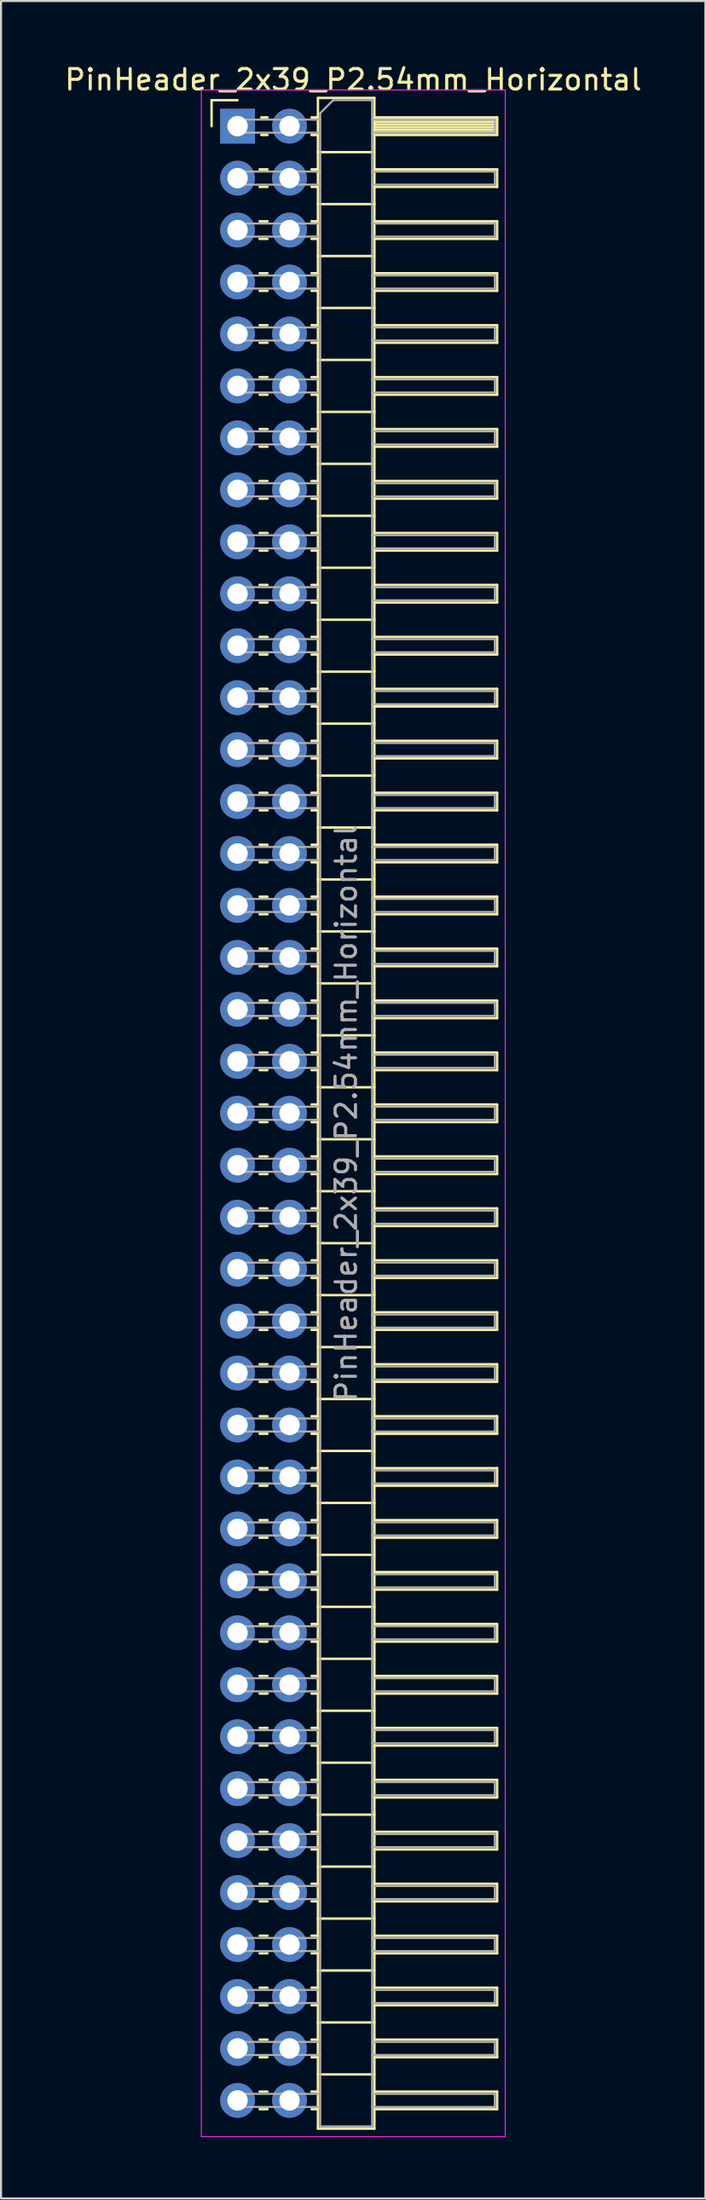
<source format=kicad_pcb>
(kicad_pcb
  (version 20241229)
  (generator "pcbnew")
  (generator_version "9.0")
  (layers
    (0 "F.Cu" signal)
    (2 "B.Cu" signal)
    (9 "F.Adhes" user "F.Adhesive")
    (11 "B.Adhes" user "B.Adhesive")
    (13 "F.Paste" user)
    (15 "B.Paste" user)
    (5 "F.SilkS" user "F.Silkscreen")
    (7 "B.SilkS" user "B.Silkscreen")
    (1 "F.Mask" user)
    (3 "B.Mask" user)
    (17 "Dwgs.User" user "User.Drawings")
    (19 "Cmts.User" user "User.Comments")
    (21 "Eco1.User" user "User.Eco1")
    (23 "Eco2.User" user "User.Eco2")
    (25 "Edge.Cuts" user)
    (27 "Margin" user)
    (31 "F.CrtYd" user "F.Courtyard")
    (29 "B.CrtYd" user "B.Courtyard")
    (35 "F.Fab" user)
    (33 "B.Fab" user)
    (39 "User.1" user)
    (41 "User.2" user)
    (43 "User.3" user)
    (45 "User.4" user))
  (footprint "PinHeader_2x39_P2.54mm_Horizontal"
    (layer "F.Cu")
    (at 8.565 3.118)
    (property "Reference" "PinHeader_2x39_P2.54mm_Horizontal" (at 5.655 -2.27 0) (layer "F.SilkS") (effects (font (size 1 1) (thickness 0.15))))
    (attr through_hole)
    (fp_line (start -1.27 -1.27) (end 0 -1.27) (stroke (width 0.12) (type solid)) (layer "F.SilkS"))
    (fp_line (start -1.27 0) (end -1.27 -1.27) (stroke (width 0.12) (type solid)) (layer "F.SilkS"))
    (fp_line (start 1.077 2.11) (end 1.463 2.11) (stroke (width 0.12) (type solid)) (layer "F.SilkS"))
    (fp_line (start 1.077 2.97) (end 1.463 2.97) (stroke (width 0.12) (type solid)) (layer "F.SilkS"))
    (fp_line (start 1.077 4.65) (end 1.463 4.65) (stroke (width 0.12) (type solid)) (layer "F.SilkS"))
    (fp_line (start 1.077 5.51) (end 1.463 5.51) (stroke (width 0.12) (type solid)) (layer "F.SilkS"))
    (fp_line (start 1.077 7.19) (end 1.463 7.19) (stroke (width 0.12) (type solid)) (layer "F.SilkS"))
    (fp_line (start 1.077 8.05) (end 1.463 8.05) (stroke (width 0.12) (type solid)) (layer "F.SilkS"))
    (fp_line (start 1.077 9.73) (end 1.463 9.73) (stroke (width 0.12) (type solid)) (layer "F.SilkS"))
    (fp_line (start 1.077 10.59) (end 1.463 10.59) (stroke (width 0.12) (type solid)) (layer "F.SilkS"))
    (fp_line (start 1.077 12.27) (end 1.463 12.27) (stroke (width 0.12) (type solid)) (layer "F.SilkS"))
    (fp_line (start 1.077 13.13) (end 1.463 13.13) (stroke (width 0.12) (type solid)) (layer "F.SilkS"))
    (fp_line (start 1.077 14.81) (end 1.463 14.81) (stroke (width 0.12) (type solid)) (layer "F.SilkS"))
    (fp_line (start 1.077 15.67) (end 1.463 15.67) (stroke (width 0.12) (type solid)) (layer "F.SilkS"))
    (fp_line (start 1.077 17.35) (end 1.463 17.35) (stroke (width 0.12) (type solid)) (layer "F.SilkS"))
    (fp_line (start 1.077 18.21) (end 1.463 18.21) (stroke (width 0.12) (type solid)) (layer "F.SilkS"))
    (fp_line (start 1.077 19.89) (end 1.463 19.89) (stroke (width 0.12) (type solid)) (layer "F.SilkS"))
    (fp_line (start 1.077 20.75) (end 1.463 20.75) (stroke (width 0.12) (type solid)) (layer "F.SilkS"))
    (fp_line (start 1.077 22.43) (end 1.463 22.43) (stroke (width 0.12) (type solid)) (layer "F.SilkS"))
    (fp_line (start 1.077 23.29) (end 1.463 23.29) (stroke (width 0.12) (type solid)) (layer "F.SilkS"))
    (fp_line (start 1.077 24.97) (end 1.463 24.97) (stroke (width 0.12) (type solid)) (layer "F.SilkS"))
    (fp_line (start 1.077 25.83) (end 1.463 25.83) (stroke (width 0.12) (type solid)) (layer "F.SilkS"))
    (fp_line (start 1.077 27.51) (end 1.463 27.51) (stroke (width 0.12) (type solid)) (layer "F.SilkS"))
    (fp_line (start 1.077 28.37) (end 1.463 28.37) (stroke (width 0.12) (type solid)) (layer "F.SilkS"))
    (fp_line (start 1.077 30.05) (end 1.463 30.05) (stroke (width 0.12) (type solid)) (layer "F.SilkS"))
    (fp_line (start 1.077 30.91) (end 1.463 30.91) (stroke (width 0.12) (type solid)) (layer "F.SilkS"))
    (fp_line (start 1.077 32.59) (end 1.463 32.59) (stroke (width 0.12) (type solid)) (layer "F.SilkS"))
    (fp_line (start 1.077 33.45) (end 1.463 33.45) (stroke (width 0.12) (type solid)) (layer "F.SilkS"))
    (fp_line (start 1.077 35.13) (end 1.463 35.13) (stroke (width 0.12) (type solid)) (layer "F.SilkS"))
    (fp_line (start 1.077 35.99) (end 1.463 35.99) (stroke (width 0.12) (type solid)) (layer "F.SilkS"))
    (fp_line (start 1.077 37.67) (end 1.463 37.67) (stroke (width 0.12) (type solid)) (layer "F.SilkS"))
    (fp_line (start 1.077 38.53) (end 1.463 38.53) (stroke (width 0.12) (type solid)) (layer "F.SilkS"))
    (fp_line (start 1.077 40.21) (end 1.463 40.21) (stroke (width 0.12) (type solid)) (layer "F.SilkS"))
    (fp_line (start 1.077 41.07) (end 1.463 41.07) (stroke (width 0.12) (type solid)) (layer "F.SilkS"))
    (fp_line (start 1.077 42.75) (end 1.463 42.75) (stroke (width 0.12) (type solid)) (layer "F.SilkS"))
    (fp_line (start 1.077 43.61) (end 1.463 43.61) (stroke (width 0.12) (type solid)) (layer "F.SilkS"))
    (fp_line (start 1.077 45.29) (end 1.463 45.29) (stroke (width 0.12) (type solid)) (layer "F.SilkS"))
    (fp_line (start 1.077 46.15) (end 1.463 46.15) (stroke (width 0.12) (type solid)) (layer "F.SilkS"))
    (fp_line (start 1.077 47.83) (end 1.463 47.83) (stroke (width 0.12) (type solid)) (layer "F.SilkS"))
    (fp_line (start 1.077 48.69) (end 1.463 48.69) (stroke (width 0.12) (type solid)) (layer "F.SilkS"))
    (fp_line (start 1.077 50.37) (end 1.463 50.37) (stroke (width 0.12) (type solid)) (layer "F.SilkS"))
    (fp_line (start 1.077 51.23) (end 1.463 51.23) (stroke (width 0.12) (type solid)) (layer "F.SilkS"))
    (fp_line (start 1.077 52.91) (end 1.463 52.91) (stroke (width 0.12) (type solid)) (layer "F.SilkS"))
    (fp_line (start 1.077 53.77) (end 1.463 53.77) (stroke (width 0.12) (type solid)) (layer "F.SilkS"))
    (fp_line (start 1.077 55.45) (end 1.463 55.45) (stroke (width 0.12) (type solid)) (layer "F.SilkS"))
    (fp_line (start 1.077 56.31) (end 1.463 56.31) (stroke (width 0.12) (type solid)) (layer "F.SilkS"))
    (fp_line (start 1.077 57.99) (end 1.463 57.99) (stroke (width 0.12) (type solid)) (layer "F.SilkS"))
    (fp_line (start 1.077 58.85) (end 1.463 58.85) (stroke (width 0.12) (type solid)) (layer "F.SilkS"))
    (fp_line (start 1.077 60.53) (end 1.463 60.53) (stroke (width 0.12) (type solid)) (layer "F.SilkS"))
    (fp_line (start 1.077 61.39) (end 1.463 61.39) (stroke (width 0.12) (type solid)) (layer "F.SilkS"))
    (fp_line (start 1.077 63.07) (end 1.463 63.07) (stroke (width 0.12) (type solid)) (layer "F.SilkS"))
    (fp_line (start 1.077 63.93) (end 1.463 63.93) (stroke (width 0.12) (type solid)) (layer "F.SilkS"))
    (fp_line (start 1.077 65.61) (end 1.463 65.61) (stroke (width 0.12) (type solid)) (layer "F.SilkS"))
    (fp_line (start 1.077 66.47) (end 1.463 66.47) (stroke (width 0.12) (type solid)) (layer "F.SilkS"))
    (fp_line (start 1.077 68.15) (end 1.463 68.15) (stroke (width 0.12) (type solid)) (layer "F.SilkS"))
    (fp_line (start 1.077 69.01) (end 1.463 69.01) (stroke (width 0.12) (type solid)) (layer "F.SilkS"))
    (fp_line (start 1.077 70.69) (end 1.463 70.69) (stroke (width 0.12) (type solid)) (layer "F.SilkS"))
    (fp_line (start 1.077 71.55) (end 1.463 71.55) (stroke (width 0.12) (type solid)) (layer "F.SilkS"))
    (fp_line (start 1.077 73.23) (end 1.463 73.23) (stroke (width 0.12) (type solid)) (layer "F.SilkS"))
    (fp_line (start 1.077 74.09) (end 1.463 74.09) (stroke (width 0.12) (type solid)) (layer "F.SilkS"))
    (fp_line (start 1.077 75.77) (end 1.463 75.77) (stroke (width 0.12) (type solid)) (layer "F.SilkS"))
    (fp_line (start 1.077 76.63) (end 1.463 76.63) (stroke (width 0.12) (type solid)) (layer "F.SilkS"))
    (fp_line (start 1.077 78.31) (end 1.463 78.31) (stroke (width 0.12) (type solid)) (layer "F.SilkS"))
    (fp_line (start 1.077 79.17) (end 1.463 79.17) (stroke (width 0.12) (type solid)) (layer "F.SilkS"))
    (fp_line (start 1.077 80.85) (end 1.463 80.85) (stroke (width 0.12) (type solid)) (layer "F.SilkS"))
    (fp_line (start 1.077 81.71) (end 1.463 81.71) (stroke (width 0.12) (type solid)) (layer "F.SilkS"))
    (fp_line (start 1.077 83.39) (end 1.463 83.39) (stroke (width 0.12) (type solid)) (layer "F.SilkS"))
    (fp_line (start 1.077 84.25) (end 1.463 84.25) (stroke (width 0.12) (type solid)) (layer "F.SilkS"))
    (fp_line (start 1.077 85.93) (end 1.463 85.93) (stroke (width 0.12) (type solid)) (layer "F.SilkS"))
    (fp_line (start 1.077 86.79) (end 1.463 86.79) (stroke (width 0.12) (type solid)) (layer "F.SilkS"))
    (fp_line (start 1.077 88.47) (end 1.463 88.47) (stroke (width 0.12) (type solid)) (layer "F.SilkS"))
    (fp_line (start 1.077 89.33) (end 1.463 89.33) (stroke (width 0.12) (type solid)) (layer "F.SilkS"))
    (fp_line (start 1.077 91.01) (end 1.463 91.01) (stroke (width 0.12) (type solid)) (layer "F.SilkS"))
    (fp_line (start 1.077 91.87) (end 1.463 91.87) (stroke (width 0.12) (type solid)) (layer "F.SilkS"))
    (fp_line (start 1.077 93.55) (end 1.463 93.55) (stroke (width 0.12) (type solid)) (layer "F.SilkS"))
    (fp_line (start 1.077 94.41) (end 1.463 94.41) (stroke (width 0.12) (type solid)) (layer "F.SilkS"))
    (fp_line (start 1.077 96.09) (end 1.463 96.09) (stroke (width 0.12) (type solid)) (layer "F.SilkS"))
    (fp_line (start 1.077 96.95) (end 1.463 96.95) (stroke (width 0.12) (type solid)) (layer "F.SilkS"))
    (fp_line (start 1.16 -0.43) (end 1.463 -0.43) (stroke (width 0.12) (type solid)) (layer "F.SilkS"))
    (fp_line (start 1.16 0.43) (end 1.463 0.43) (stroke (width 0.12) (type solid)) (layer "F.SilkS"))
    (fp_line (start 3.617 -0.43) (end 3.93 -0.43) (stroke (width 0.12) (type solid)) (layer "F.SilkS"))
    (fp_line (start 3.617 0.43) (end 3.93 0.43) (stroke (width 0.12) (type solid)) (layer "F.SilkS"))
    (fp_line (start 3.617 2.11) (end 3.93 2.11) (stroke (width 0.12) (type solid)) (layer "F.SilkS"))
    (fp_line (start 3.617 2.97) (end 3.93 2.97) (stroke (width 0.12) (type solid)) (layer "F.SilkS"))
    (fp_line (start 3.617 4.65) (end 3.93 4.65) (stroke (width 0.12) (type solid)) (layer "F.SilkS"))
    (fp_line (start 3.617 5.51) (end 3.93 5.51) (stroke (width 0.12) (type solid)) (layer "F.SilkS"))
    (fp_line (start 3.617 7.19) (end 3.93 7.19) (stroke (width 0.12) (type solid)) (layer "F.SilkS"))
    (fp_line (start 3.617 8.05) (end 3.93 8.05) (stroke (width 0.12) (type solid)) (layer "F.SilkS"))
    (fp_line (start 3.617 9.73) (end 3.93 9.73) (stroke (width 0.12) (type solid)) (layer "F.SilkS"))
    (fp_line (start 3.617 10.59) (end 3.93 10.59) (stroke (width 0.12) (type solid)) (layer "F.SilkS"))
    (fp_line (start 3.617 12.27) (end 3.93 12.27) (stroke (width 0.12) (type solid)) (layer "F.SilkS"))
    (fp_line (start 3.617 13.13) (end 3.93 13.13) (stroke (width 0.12) (type solid)) (layer "F.SilkS"))
    (fp_line (start 3.617 14.81) (end 3.93 14.81) (stroke (width 0.12) (type solid)) (layer "F.SilkS"))
    (fp_line (start 3.617 15.67) (end 3.93 15.67) (stroke (width 0.12) (type solid)) (layer "F.SilkS"))
    (fp_line (start 3.617 17.35) (end 3.93 17.35) (stroke (width 0.12) (type solid)) (layer "F.SilkS"))
    (fp_line (start 3.617 18.21) (end 3.93 18.21) (stroke (width 0.12) (type solid)) (layer "F.SilkS"))
    (fp_line (start 3.617 19.89) (end 3.93 19.89) (stroke (width 0.12) (type solid)) (layer "F.SilkS"))
    (fp_line (start 3.617 20.75) (end 3.93 20.75) (stroke (width 0.12) (type solid)) (layer "F.SilkS"))
    (fp_line (start 3.617 22.43) (end 3.93 22.43) (stroke (width 0.12) (type solid)) (layer "F.SilkS"))
    (fp_line (start 3.617 23.29) (end 3.93 23.29) (stroke (width 0.12) (type solid)) (layer "F.SilkS"))
    (fp_line (start 3.617 24.97) (end 3.93 24.97) (stroke (width 0.12) (type solid)) (layer "F.SilkS"))
    (fp_line (start 3.617 25.83) (end 3.93 25.83) (stroke (width 0.12) (type solid)) (layer "F.SilkS"))
    (fp_line (start 3.617 27.51) (end 3.93 27.51) (stroke (width 0.12) (type solid)) (layer "F.SilkS"))
    (fp_line (start 3.617 28.37) (end 3.93 28.37) (stroke (width 0.12) (type solid)) (layer "F.SilkS"))
    (fp_line (start 3.617 30.05) (end 3.93 30.05) (stroke (width 0.12) (type solid)) (layer "F.SilkS"))
    (fp_line (start 3.617 30.91) (end 3.93 30.91) (stroke (width 0.12) (type solid)) (layer "F.SilkS"))
    (fp_line (start 3.617 32.59) (end 3.93 32.59) (stroke (width 0.12) (type solid)) (layer "F.SilkS"))
    (fp_line (start 3.617 33.45) (end 3.93 33.45) (stroke (width 0.12) (type solid)) (layer "F.SilkS"))
    (fp_line (start 3.617 35.13) (end 3.93 35.13) (stroke (width 0.12) (type solid)) (layer "F.SilkS"))
    (fp_line (start 3.617 35.99) (end 3.93 35.99) (stroke (width 0.12) (type solid)) (layer "F.SilkS"))
    (fp_line (start 3.617 37.67) (end 3.93 37.67) (stroke (width 0.12) (type solid)) (layer "F.SilkS"))
    (fp_line (start 3.617 38.53) (end 3.93 38.53) (stroke (width 0.12) (type solid)) (layer "F.SilkS"))
    (fp_line (start 3.617 40.21) (end 3.93 40.21) (stroke (width 0.12) (type solid)) (layer "F.SilkS"))
    (fp_line (start 3.617 41.07) (end 3.93 41.07) (stroke (width 0.12) (type solid)) (layer "F.SilkS"))
    (fp_line (start 3.617 42.75) (end 3.93 42.75) (stroke (width 0.12) (type solid)) (layer "F.SilkS"))
    (fp_line (start 3.617 43.61) (end 3.93 43.61) (stroke (width 0.12) (type solid)) (layer "F.SilkS"))
    (fp_line (start 3.617 45.29) (end 3.93 45.29) (stroke (width 0.12) (type solid)) (layer "F.SilkS"))
    (fp_line (start 3.617 46.15) (end 3.93 46.15) (stroke (width 0.12) (type solid)) (layer "F.SilkS"))
    (fp_line (start 3.617 47.83) (end 3.93 47.83) (stroke (width 0.12) (type solid)) (layer "F.SilkS"))
    (fp_line (start 3.617 48.69) (end 3.93 48.69) (stroke (width 0.12) (type solid)) (layer "F.SilkS"))
    (fp_line (start 3.617 50.37) (end 3.93 50.37) (stroke (width 0.12) (type solid)) (layer "F.SilkS"))
    (fp_line (start 3.617 51.23) (end 3.93 51.23) (stroke (width 0.12) (type solid)) (layer "F.SilkS"))
    (fp_line (start 3.617 52.91) (end 3.93 52.91) (stroke (width 0.12) (type solid)) (layer "F.SilkS"))
    (fp_line (start 3.617 53.77) (end 3.93 53.77) (stroke (width 0.12) (type solid)) (layer "F.SilkS"))
    (fp_line (start 3.617 55.45) (end 3.93 55.45) (stroke (width 0.12) (type solid)) (layer "F.SilkS"))
    (fp_line (start 3.617 56.31) (end 3.93 56.31) (stroke (width 0.12) (type solid)) (layer "F.SilkS"))
    (fp_line (start 3.617 57.99) (end 3.93 57.99) (stroke (width 0.12) (type solid)) (layer "F.SilkS"))
    (fp_line (start 3.617 58.85) (end 3.93 58.85) (stroke (width 0.12) (type solid)) (layer "F.SilkS"))
    (fp_line (start 3.617 60.53) (end 3.93 60.53) (stroke (width 0.12) (type solid)) (layer "F.SilkS"))
    (fp_line (start 3.617 61.39) (end 3.93 61.39) (stroke (width 0.12) (type solid)) (layer "F.SilkS"))
    (fp_line (start 3.617 63.07) (end 3.93 63.07) (stroke (width 0.12) (type solid)) (layer "F.SilkS"))
    (fp_line (start 3.617 63.93) (end 3.93 63.93) (stroke (width 0.12) (type solid)) (layer "F.SilkS"))
    (fp_line (start 3.617 65.61) (end 3.93 65.61) (stroke (width 0.12) (type solid)) (layer "F.SilkS"))
    (fp_line (start 3.617 66.47) (end 3.93 66.47) (stroke (width 0.12) (type solid)) (layer "F.SilkS"))
    (fp_line (start 3.617 68.15) (end 3.93 68.15) (stroke (width 0.12) (type solid)) (layer "F.SilkS"))
    (fp_line (start 3.617 69.01) (end 3.93 69.01) (stroke (width 0.12) (type solid)) (layer "F.SilkS"))
    (fp_line (start 3.617 70.69) (end 3.93 70.69) (stroke (width 0.12) (type solid)) (layer "F.SilkS"))
    (fp_line (start 3.617 71.55) (end 3.93 71.55) (stroke (width 0.12) (type solid)) (layer "F.SilkS"))
    (fp_line (start 3.617 73.23) (end 3.93 73.23) (stroke (width 0.12) (type solid)) (layer "F.SilkS"))
    (fp_line (start 3.617 74.09) (end 3.93 74.09) (stroke (width 0.12) (type solid)) (layer "F.SilkS"))
    (fp_line (start 3.617 75.77) (end 3.93 75.77) (stroke (width 0.12) (type solid)) (layer "F.SilkS"))
    (fp_line (start 3.617 76.63) (end 3.93 76.63) (stroke (width 0.12) (type solid)) (layer "F.SilkS"))
    (fp_line (start 3.617 78.31) (end 3.93 78.31) (stroke (width 0.12) (type solid)) (layer "F.SilkS"))
    (fp_line (start 3.617 79.17) (end 3.93 79.17) (stroke (width 0.12) (type solid)) (layer "F.SilkS"))
    (fp_line (start 3.617 80.85) (end 3.93 80.85) (stroke (width 0.12) (type solid)) (layer "F.SilkS"))
    (fp_line (start 3.617 81.71) (end 3.93 81.71) (stroke (width 0.12) (type solid)) (layer "F.SilkS"))
    (fp_line (start 3.617 83.39) (end 3.93 83.39) (stroke (width 0.12) (type solid)) (layer "F.SilkS"))
    (fp_line (start 3.617 84.25) (end 3.93 84.25) (stroke (width 0.12) (type solid)) (layer "F.SilkS"))
    (fp_line (start 3.617 85.93) (end 3.93 85.93) (stroke (width 0.12) (type solid)) (layer "F.SilkS"))
    (fp_line (start 3.617 86.79) (end 3.93 86.79) (stroke (width 0.12) (type solid)) (layer "F.SilkS"))
    (fp_line (start 3.617 88.47) (end 3.93 88.47) (stroke (width 0.12) (type solid)) (layer "F.SilkS"))
    (fp_line (start 3.617 89.33) (end 3.93 89.33) (stroke (width 0.12) (type solid)) (layer "F.SilkS"))
    (fp_line (start 3.617 91.01) (end 3.93 91.01) (stroke (width 0.12) (type solid)) (layer "F.SilkS"))
    (fp_line (start 3.617 91.87) (end 3.93 91.87) (stroke (width 0.12) (type solid)) (layer "F.SilkS"))
    (fp_line (start 3.617 93.55) (end 3.93 93.55) (stroke (width 0.12) (type solid)) (layer "F.SilkS"))
    (fp_line (start 3.617 94.41) (end 3.93 94.41) (stroke (width 0.12) (type solid)) (layer "F.SilkS"))
    (fp_line (start 3.617 96.09) (end 3.93 96.09) (stroke (width 0.12) (type solid)) (layer "F.SilkS"))
    (fp_line (start 3.617 96.95) (end 3.93 96.95) (stroke (width 0.12) (type solid)) (layer "F.SilkS"))
    (fp_line (start 3.93 -1.38) (end 3.93 97.9) (stroke (width 0.12) (type solid)) (layer "F.SilkS"))
    (fp_line (start 3.93 1.27) (end 6.69 1.27) (stroke (width 0.12) (type solid)) (layer "F.SilkS"))
    (fp_line (start 3.93 3.81) (end 6.69 3.81) (stroke (width 0.12) (type solid)) (layer "F.SilkS"))
    (fp_line (start 3.93 6.35) (end 6.69 6.35) (stroke (width 0.12) (type solid)) (layer "F.SilkS"))
    (fp_line (start 3.93 8.89) (end 6.69 8.89) (stroke (width 0.12) (type solid)) (layer "F.SilkS"))
    (fp_line (start 3.93 11.43) (end 6.69 11.43) (stroke (width 0.12) (type solid)) (layer "F.SilkS"))
    (fp_line (start 3.93 13.97) (end 6.69 13.97) (stroke (width 0.12) (type solid)) (layer "F.SilkS"))
    (fp_line (start 3.93 16.51) (end 6.69 16.51) (stroke (width 0.12) (type solid)) (layer "F.SilkS"))
    (fp_line (start 3.93 19.05) (end 6.69 19.05) (stroke (width 0.12) (type solid)) (layer "F.SilkS"))
    (fp_line (start 3.93 21.59) (end 6.69 21.59) (stroke (width 0.12) (type solid)) (layer "F.SilkS"))
    (fp_line (start 3.93 24.13) (end 6.69 24.13) (stroke (width 0.12) (type solid)) (layer "F.SilkS"))
    (fp_line (start 3.93 26.67) (end 6.69 26.67) (stroke (width 0.12) (type solid)) (layer "F.SilkS"))
    (fp_line (start 3.93 29.21) (end 6.69 29.21) (stroke (width 0.12) (type solid)) (layer "F.SilkS"))
    (fp_line (start 3.93 31.75) (end 6.69 31.75) (stroke (width 0.12) (type solid)) (layer "F.SilkS"))
    (fp_line (start 3.93 34.29) (end 6.69 34.29) (stroke (width 0.12) (type solid)) (layer "F.SilkS"))
    (fp_line (start 3.93 36.83) (end 6.69 36.83) (stroke (width 0.12) (type solid)) (layer "F.SilkS"))
    (fp_line (start 3.93 39.37) (end 6.69 39.37) (stroke (width 0.12) (type solid)) (layer "F.SilkS"))
    (fp_line (start 3.93 41.91) (end 6.69 41.91) (stroke (width 0.12) (type solid)) (layer "F.SilkS"))
    (fp_line (start 3.93 44.45) (end 6.69 44.45) (stroke (width 0.12) (type solid)) (layer "F.SilkS"))
    (fp_line (start 3.93 46.99) (end 6.69 46.99) (stroke (width 0.12) (type solid)) (layer "F.SilkS"))
    (fp_line (start 3.93 49.53) (end 6.69 49.53) (stroke (width 0.12) (type solid)) (layer "F.SilkS"))
    (fp_line (start 3.93 52.07) (end 6.69 52.07) (stroke (width 0.12) (type solid)) (layer "F.SilkS"))
    (fp_line (start 3.93 54.61) (end 6.69 54.61) (stroke (width 0.12) (type solid)) (layer "F.SilkS"))
    (fp_line (start 3.93 57.15) (end 6.69 57.15) (stroke (width 0.12) (type solid)) (layer "F.SilkS"))
    (fp_line (start 3.93 59.69) (end 6.69 59.69) (stroke (width 0.12) (type solid)) (layer "F.SilkS"))
    (fp_line (start 3.93 62.23) (end 6.69 62.23) (stroke (width 0.12) (type solid)) (layer "F.SilkS"))
    (fp_line (start 3.93 64.77) (end 6.69 64.77) (stroke (width 0.12) (type solid)) (layer "F.SilkS"))
    (fp_line (start 3.93 67.31) (end 6.69 67.31) (stroke (width 0.12) (type solid)) (layer "F.SilkS"))
    (fp_line (start 3.93 69.85) (end 6.69 69.85) (stroke (width 0.12) (type solid)) (layer "F.SilkS"))
    (fp_line (start 3.93 72.39) (end 6.69 72.39) (stroke (width 0.12) (type solid)) (layer "F.SilkS"))
    (fp_line (start 3.93 74.93) (end 6.69 74.93) (stroke (width 0.12) (type solid)) (layer "F.SilkS"))
    (fp_line (start 3.93 77.47) (end 6.69 77.47) (stroke (width 0.12) (type solid)) (layer "F.SilkS"))
    (fp_line (start 3.93 80.01) (end 6.69 80.01) (stroke (width 0.12) (type solid)) (layer "F.SilkS"))
    (fp_line (start 3.93 82.55) (end 6.69 82.55) (stroke (width 0.12) (type solid)) (layer "F.SilkS"))
    (fp_line (start 3.93 85.09) (end 6.69 85.09) (stroke (width 0.12) (type solid)) (layer "F.SilkS"))
    (fp_line (start 3.93 87.63) (end 6.69 87.63) (stroke (width 0.12) (type solid)) (layer "F.SilkS"))
    (fp_line (start 3.93 90.17) (end 6.69 90.17) (stroke (width 0.12) (type solid)) (layer "F.SilkS"))
    (fp_line (start 3.93 92.71) (end 6.69 92.71) (stroke (width 0.12) (type solid)) (layer "F.SilkS"))
    (fp_line (start 3.93 95.25) (end 6.69 95.25) (stroke (width 0.12) (type solid)) (layer "F.SilkS"))
    (fp_line (start 3.93 97.9) (end 6.69 97.9) (stroke (width 0.12) (type solid)) (layer "F.SilkS"))
    (fp_line (start 6.69 -1.38) (end 3.93 -1.38) (stroke (width 0.12) (type solid)) (layer "F.SilkS"))
    (fp_line (start 6.69 -0.43) (end 12.69 -0.43) (stroke (width 0.12) (type solid)) (layer "F.SilkS"))
    (fp_line (start 6.69 -0.32) (end 12.69 -0.32) (stroke (width 0.12) (type solid)) (layer "F.SilkS"))
    (fp_line (start 6.69 -0.2) (end 12.69 -0.2) (stroke (width 0.12) (type solid)) (layer "F.SilkS"))
    (fp_line (start 6.69 -0.08) (end 12.69 -0.08) (stroke (width 0.12) (type solid)) (layer "F.SilkS"))
    (fp_line (start 6.69 0.04) (end 12.69 0.04) (stroke (width 0.12) (type solid)) (layer "F.SilkS"))
    (fp_line (start 6.69 0.16) (end 12.69 0.16) (stroke (width 0.12) (type solid)) (layer "F.SilkS"))
    (fp_line (start 6.69 0.28) (end 12.69 0.28) (stroke (width 0.12) (type solid)) (layer "F.SilkS"))
    (fp_line (start 6.69 2.11) (end 12.69 2.11) (stroke (width 0.12) (type solid)) (layer "F.SilkS"))
    (fp_line (start 6.69 4.65) (end 12.69 4.65) (stroke (width 0.12) (type solid)) (layer "F.SilkS"))
    (fp_line (start 6.69 7.19) (end 12.69 7.19) (stroke (width 0.12) (type solid)) (layer "F.SilkS"))
    (fp_line (start 6.69 9.73) (end 12.69 9.73) (stroke (width 0.12) (type solid)) (layer "F.SilkS"))
    (fp_line (start 6.69 12.27) (end 12.69 12.27) (stroke (width 0.12) (type solid)) (layer "F.SilkS"))
    (fp_line (start 6.69 14.81) (end 12.69 14.81) (stroke (width 0.12) (type solid)) (layer "F.SilkS"))
    (fp_line (start 6.69 17.35) (end 12.69 17.35) (stroke (width 0.12) (type solid)) (layer "F.SilkS"))
    (fp_line (start 6.69 19.89) (end 12.69 19.89) (stroke (width 0.12) (type solid)) (layer "F.SilkS"))
    (fp_line (start 6.69 22.43) (end 12.69 22.43) (stroke (width 0.12) (type solid)) (layer "F.SilkS"))
    (fp_line (start 6.69 24.97) (end 12.69 24.97) (stroke (width 0.12) (type solid)) (layer "F.SilkS"))
    (fp_line (start 6.69 27.51) (end 12.69 27.51) (stroke (width 0.12) (type solid)) (layer "F.SilkS"))
    (fp_line (start 6.69 30.05) (end 12.69 30.05) (stroke (width 0.12) (type solid)) (layer "F.SilkS"))
    (fp_line (start 6.69 32.59) (end 12.69 32.59) (stroke (width 0.12) (type solid)) (layer "F.SilkS"))
    (fp_line (start 6.69 35.13) (end 12.69 35.13) (stroke (width 0.12) (type solid)) (layer "F.SilkS"))
    (fp_line (start 6.69 37.67) (end 12.69 37.67) (stroke (width 0.12) (type solid)) (layer "F.SilkS"))
    (fp_line (start 6.69 40.21) (end 12.69 40.21) (stroke (width 0.12) (type solid)) (layer "F.SilkS"))
    (fp_line (start 6.69 42.75) (end 12.69 42.75) (stroke (width 0.12) (type solid)) (layer "F.SilkS"))
    (fp_line (start 6.69 45.29) (end 12.69 45.29) (stroke (width 0.12) (type solid)) (layer "F.SilkS"))
    (fp_line (start 6.69 47.83) (end 12.69 47.83) (stroke (width 0.12) (type solid)) (layer "F.SilkS"))
    (fp_line (start 6.69 50.37) (end 12.69 50.37) (stroke (width 0.12) (type solid)) (layer "F.SilkS"))
    (fp_line (start 6.69 52.91) (end 12.69 52.91) (stroke (width 0.12) (type solid)) (layer "F.SilkS"))
    (fp_line (start 6.69 55.45) (end 12.69 55.45) (stroke (width 0.12) (type solid)) (layer "F.SilkS"))
    (fp_line (start 6.69 57.99) (end 12.69 57.99) (stroke (width 0.12) (type solid)) (layer "F.SilkS"))
    (fp_line (start 6.69 60.53) (end 12.69 60.53) (stroke (width 0.12) (type solid)) (layer "F.SilkS"))
    (fp_line (start 6.69 63.07) (end 12.69 63.07) (stroke (width 0.12) (type solid)) (layer "F.SilkS"))
    (fp_line (start 6.69 65.61) (end 12.69 65.61) (stroke (width 0.12) (type solid)) (layer "F.SilkS"))
    (fp_line (start 6.69 68.15) (end 12.69 68.15) (stroke (width 0.12) (type solid)) (layer "F.SilkS"))
    (fp_line (start 6.69 70.69) (end 12.69 70.69) (stroke (width 0.12) (type solid)) (layer "F.SilkS"))
    (fp_line (start 6.69 73.23) (end 12.69 73.23) (stroke (width 0.12) (type solid)) (layer "F.SilkS"))
    (fp_line (start 6.69 75.77) (end 12.69 75.77) (stroke (width 0.12) (type solid)) (layer "F.SilkS"))
    (fp_line (start 6.69 78.31) (end 12.69 78.31) (stroke (width 0.12) (type solid)) (layer "F.SilkS"))
    (fp_line (start 6.69 80.85) (end 12.69 80.85) (stroke (width 0.12) (type solid)) (layer "F.SilkS"))
    (fp_line (start 6.69 83.39) (end 12.69 83.39) (stroke (width 0.12) (type solid)) (layer "F.SilkS"))
    (fp_line (start 6.69 85.93) (end 12.69 85.93) (stroke (width 0.12) (type solid)) (layer "F.SilkS"))
    (fp_line (start 6.69 88.47) (end 12.69 88.47) (stroke (width 0.12) (type solid)) (layer "F.SilkS"))
    (fp_line (start 6.69 91.01) (end 12.69 91.01) (stroke (width 0.12) (type solid)) (layer "F.SilkS"))
    (fp_line (start 6.69 93.55) (end 12.69 93.55) (stroke (width 0.12) (type solid)) (layer "F.SilkS"))
    (fp_line (start 6.69 96.09) (end 12.69 96.09) (stroke (width 0.12) (type solid)) (layer "F.SilkS"))
    (fp_line (start 6.69 97.9) (end 6.69 -1.38) (stroke (width 0.12) (type solid)) (layer "F.SilkS"))
    (fp_line (start 12.69 -0.43) (end 12.69 0.43) (stroke (width 0.12) (type solid)) (layer "F.SilkS"))
    (fp_line (start 12.69 0.43) (end 6.69 0.43) (stroke (width 0.12) (type solid)) (layer "F.SilkS"))
    (fp_line (start 12.69 2.11) (end 12.69 2.97) (stroke (width 0.12) (type solid)) (layer "F.SilkS"))
    (fp_line (start 12.69 2.97) (end 6.69 2.97) (stroke (width 0.12) (type solid)) (layer "F.SilkS"))
    (fp_line (start 12.69 4.65) (end 12.69 5.51) (stroke (width 0.12) (type solid)) (layer "F.SilkS"))
    (fp_line (start 12.69 5.51) (end 6.69 5.51) (stroke (width 0.12) (type solid)) (layer "F.SilkS"))
    (fp_line (start 12.69 7.19) (end 12.69 8.05) (stroke (width 0.12) (type solid)) (layer "F.SilkS"))
    (fp_line (start 12.69 8.05) (end 6.69 8.05) (stroke (width 0.12) (type solid)) (layer "F.SilkS"))
    (fp_line (start 12.69 9.73) (end 12.69 10.59) (stroke (width 0.12) (type solid)) (layer "F.SilkS"))
    (fp_line (start 12.69 10.59) (end 6.69 10.59) (stroke (width 0.12) (type solid)) (layer "F.SilkS"))
    (fp_line (start 12.69 12.27) (end 12.69 13.13) (stroke (width 0.12) (type solid)) (layer "F.SilkS"))
    (fp_line (start 12.69 13.13) (end 6.69 13.13) (stroke (width 0.12) (type solid)) (layer "F.SilkS"))
    (fp_line (start 12.69 14.81) (end 12.69 15.67) (stroke (width 0.12) (type solid)) (layer "F.SilkS"))
    (fp_line (start 12.69 15.67) (end 6.69 15.67) (stroke (width 0.12) (type solid)) (layer "F.SilkS"))
    (fp_line (start 12.69 17.35) (end 12.69 18.21) (stroke (width 0.12) (type solid)) (layer "F.SilkS"))
    (fp_line (start 12.69 18.21) (end 6.69 18.21) (stroke (width 0.12) (type solid)) (layer "F.SilkS"))
    (fp_line (start 12.69 19.89) (end 12.69 20.75) (stroke (width 0.12) (type solid)) (layer "F.SilkS"))
    (fp_line (start 12.69 20.75) (end 6.69 20.75) (stroke (width 0.12) (type solid)) (layer "F.SilkS"))
    (fp_line (start 12.69 22.43) (end 12.69 23.29) (stroke (width 0.12) (type solid)) (layer "F.SilkS"))
    (fp_line (start 12.69 23.29) (end 6.69 23.29) (stroke (width 0.12) (type solid)) (layer "F.SilkS"))
    (fp_line (start 12.69 24.97) (end 12.69 25.83) (stroke (width 0.12) (type solid)) (layer "F.SilkS"))
    (fp_line (start 12.69 25.83) (end 6.69 25.83) (stroke (width 0.12) (type solid)) (layer "F.SilkS"))
    (fp_line (start 12.69 27.51) (end 12.69 28.37) (stroke (width 0.12) (type solid)) (layer "F.SilkS"))
    (fp_line (start 12.69 28.37) (end 6.69 28.37) (stroke (width 0.12) (type solid)) (layer "F.SilkS"))
    (fp_line (start 12.69 30.05) (end 12.69 30.91) (stroke (width 0.12) (type solid)) (layer "F.SilkS"))
    (fp_line (start 12.69 30.91) (end 6.69 30.91) (stroke (width 0.12) (type solid)) (layer "F.SilkS"))
    (fp_line (start 12.69 32.59) (end 12.69 33.45) (stroke (width 0.12) (type solid)) (layer "F.SilkS"))
    (fp_line (start 12.69 33.45) (end 6.69 33.45) (stroke (width 0.12) (type solid)) (layer "F.SilkS"))
    (fp_line (start 12.69 35.13) (end 12.69 35.99) (stroke (width 0.12) (type solid)) (layer "F.SilkS"))
    (fp_line (start 12.69 35.99) (end 6.69 35.99) (stroke (width 0.12) (type solid)) (layer "F.SilkS"))
    (fp_line (start 12.69 37.67) (end 12.69 38.53) (stroke (width 0.12) (type solid)) (layer "F.SilkS"))
    (fp_line (start 12.69 38.53) (end 6.69 38.53) (stroke (width 0.12) (type solid)) (layer "F.SilkS"))
    (fp_line (start 12.69 40.21) (end 12.69 41.07) (stroke (width 0.12) (type solid)) (layer "F.SilkS"))
    (fp_line (start 12.69 41.07) (end 6.69 41.07) (stroke (width 0.12) (type solid)) (layer "F.SilkS"))
    (fp_line (start 12.69 42.75) (end 12.69 43.61) (stroke (width 0.12) (type solid)) (layer "F.SilkS"))
    (fp_line (start 12.69 43.61) (end 6.69 43.61) (stroke (width 0.12) (type solid)) (layer "F.SilkS"))
    (fp_line (start 12.69 45.29) (end 12.69 46.15) (stroke (width 0.12) (type solid)) (layer "F.SilkS"))
    (fp_line (start 12.69 46.15) (end 6.69 46.15) (stroke (width 0.12) (type solid)) (layer "F.SilkS"))
    (fp_line (start 12.69 47.83) (end 12.69 48.69) (stroke (width 0.12) (type solid)) (layer "F.SilkS"))
    (fp_line (start 12.69 48.69) (end 6.69 48.69) (stroke (width 0.12) (type solid)) (layer "F.SilkS"))
    (fp_line (start 12.69 50.37) (end 12.69 51.23) (stroke (width 0.12) (type solid)) (layer "F.SilkS"))
    (fp_line (start 12.69 51.23) (end 6.69 51.23) (stroke (width 0.12) (type solid)) (layer "F.SilkS"))
    (fp_line (start 12.69 52.91) (end 12.69 53.77) (stroke (width 0.12) (type solid)) (layer "F.SilkS"))
    (fp_line (start 12.69 53.77) (end 6.69 53.77) (stroke (width 0.12) (type solid)) (layer "F.SilkS"))
    (fp_line (start 12.69 55.45) (end 12.69 56.31) (stroke (width 0.12) (type solid)) (layer "F.SilkS"))
    (fp_line (start 12.69 56.31) (end 6.69 56.31) (stroke (width 0.12) (type solid)) (layer "F.SilkS"))
    (fp_line (start 12.69 57.99) (end 12.69 58.85) (stroke (width 0.12) (type solid)) (layer "F.SilkS"))
    (fp_line (start 12.69 58.85) (end 6.69 58.85) (stroke (width 0.12) (type solid)) (layer "F.SilkS"))
    (fp_line (start 12.69 60.53) (end 12.69 61.39) (stroke (width 0.12) (type solid)) (layer "F.SilkS"))
    (fp_line (start 12.69 61.39) (end 6.69 61.39) (stroke (width 0.12) (type solid)) (layer "F.SilkS"))
    (fp_line (start 12.69 63.07) (end 12.69 63.93) (stroke (width 0.12) (type solid)) (layer "F.SilkS"))
    (fp_line (start 12.69 63.93) (end 6.69 63.93) (stroke (width 0.12) (type solid)) (layer "F.SilkS"))
    (fp_line (start 12.69 65.61) (end 12.69 66.47) (stroke (width 0.12) (type solid)) (layer "F.SilkS"))
    (fp_line (start 12.69 66.47) (end 6.69 66.47) (stroke (width 0.12) (type solid)) (layer "F.SilkS"))
    (fp_line (start 12.69 68.15) (end 12.69 69.01) (stroke (width 0.12) (type solid)) (layer "F.SilkS"))
    (fp_line (start 12.69 69.01) (end 6.69 69.01) (stroke (width 0.12) (type solid)) (layer "F.SilkS"))
    (fp_line (start 12.69 70.69) (end 12.69 71.55) (stroke (width 0.12) (type solid)) (layer "F.SilkS"))
    (fp_line (start 12.69 71.55) (end 6.69 71.55) (stroke (width 0.12) (type solid)) (layer "F.SilkS"))
    (fp_line (start 12.69 73.23) (end 12.69 74.09) (stroke (width 0.12) (type solid)) (layer "F.SilkS"))
    (fp_line (start 12.69 74.09) (end 6.69 74.09) (stroke (width 0.12) (type solid)) (layer "F.SilkS"))
    (fp_line (start 12.69 75.77) (end 12.69 76.63) (stroke (width 0.12) (type solid)) (layer "F.SilkS"))
    (fp_line (start 12.69 76.63) (end 6.69 76.63) (stroke (width 0.12) (type solid)) (layer "F.SilkS"))
    (fp_line (start 12.69 78.31) (end 12.69 79.17) (stroke (width 0.12) (type solid)) (layer "F.SilkS"))
    (fp_line (start 12.69 79.17) (end 6.69 79.17) (stroke (width 0.12) (type solid)) (layer "F.SilkS"))
    (fp_line (start 12.69 80.85) (end 12.69 81.71) (stroke (width 0.12) (type solid)) (layer "F.SilkS"))
    (fp_line (start 12.69 81.71) (end 6.69 81.71) (stroke (width 0.12) (type solid)) (layer "F.SilkS"))
    (fp_line (start 12.69 83.39) (end 12.69 84.25) (stroke (width 0.12) (type solid)) (layer "F.SilkS"))
    (fp_line (start 12.69 84.25) (end 6.69 84.25) (stroke (width 0.12) (type solid)) (layer "F.SilkS"))
    (fp_line (start 12.69 85.93) (end 12.69 86.79) (stroke (width 0.12) (type solid)) (layer "F.SilkS"))
    (fp_line (start 12.69 86.79) (end 6.69 86.79) (stroke (width 0.12) (type solid)) (layer "F.SilkS"))
    (fp_line (start 12.69 88.47) (end 12.69 89.33) (stroke (width 0.12) (type solid)) (layer "F.SilkS"))
    (fp_line (start 12.69 89.33) (end 6.69 89.33) (stroke (width 0.12) (type solid)) (layer "F.SilkS"))
    (fp_line (start 12.69 91.01) (end 12.69 91.87) (stroke (width 0.12) (type solid)) (layer "F.SilkS"))
    (fp_line (start 12.69 91.87) (end 6.69 91.87) (stroke (width 0.12) (type solid)) (layer "F.SilkS"))
    (fp_line (start 12.69 93.55) (end 12.69 94.41) (stroke (width 0.12) (type solid)) (layer "F.SilkS"))
    (fp_line (start 12.69 94.41) (end 6.69 94.41) (stroke (width 0.12) (type solid)) (layer "F.SilkS"))
    (fp_line (start 12.69 96.09) (end 12.69 96.95) (stroke (width 0.12) (type solid)) (layer "F.SilkS"))
    (fp_line (start 12.69 96.95) (end 6.69 96.95) (stroke (width 0.12) (type solid)) (layer "F.SilkS"))
    (fp_line (start -1.77 -1.77) (end -1.77 98.29) (stroke (width 0.05) (type solid)) (layer "F.CrtYd"))
    (fp_line (start -1.77 98.29) (end 13.09 98.29) (stroke (width 0.05) (type solid)) (layer "F.CrtYd"))
    (fp_line (start 13.09 -1.77) (end -1.77 -1.77) (stroke (width 0.05) (type solid)) (layer "F.CrtYd"))
    (fp_line (start 13.09 98.29) (end 13.09 -1.77) (stroke (width 0.05) (type solid)) (layer "F.CrtYd"))
    (fp_line (start -0.32 -0.32) (end -0.32 0.32) (stroke (width 0.1) (type solid)) (layer "F.Fab"))
    (fp_line (start -0.32 -0.32) (end 4.04 -0.32) (stroke (width 0.1) (type solid)) (layer "F.Fab"))
    (fp_line (start -0.32 0.32) (end 4.04 0.32) (stroke (width 0.1) (type solid)) (layer "F.Fab"))
    (fp_line (start -0.32 2.22) (end -0.32 2.86) (stroke (width 0.1) (type solid)) (layer "F.Fab"))
    (fp_line (start -0.32 2.22) (end 4.04 2.22) (stroke (width 0.1) (type solid)) (layer "F.Fab"))
    (fp_line (start -0.32 2.86) (end 4.04 2.86) (stroke (width 0.1) (type solid)) (layer "F.Fab"))
    (fp_line (start -0.32 4.76) (end -0.32 5.4) (stroke (width 0.1) (type solid)) (layer "F.Fab"))
    (fp_line (start -0.32 4.76) (end 4.04 4.76) (stroke (width 0.1) (type solid)) (layer "F.Fab"))
    (fp_line (start -0.32 5.4) (end 4.04 5.4) (stroke (width 0.1) (type solid)) (layer "F.Fab"))
    (fp_line (start -0.32 7.3) (end -0.32 7.94) (stroke (width 0.1) (type solid)) (layer "F.Fab"))
    (fp_line (start -0.32 7.3) (end 4.04 7.3) (stroke (width 0.1) (type solid)) (layer "F.Fab"))
    (fp_line (start -0.32 7.94) (end 4.04 7.94) (stroke (width 0.1) (type solid)) (layer "F.Fab"))
    (fp_line (start -0.32 9.84) (end -0.32 10.48) (stroke (width 0.1) (type solid)) (layer "F.Fab"))
    (fp_line (start -0.32 9.84) (end 4.04 9.84) (stroke (width 0.1) (type solid)) (layer "F.Fab"))
    (fp_line (start -0.32 10.48) (end 4.04 10.48) (stroke (width 0.1) (type solid)) (layer "F.Fab"))
    (fp_line (start -0.32 12.38) (end -0.32 13.02) (stroke (width 0.1) (type solid)) (layer "F.Fab"))
    (fp_line (start -0.32 12.38) (end 4.04 12.38) (stroke (width 0.1) (type solid)) (layer "F.Fab"))
    (fp_line (start -0.32 13.02) (end 4.04 13.02) (stroke (width 0.1) (type solid)) (layer "F.Fab"))
    (fp_line (start -0.32 14.92) (end -0.32 15.56) (stroke (width 0.1) (type solid)) (layer "F.Fab"))
    (fp_line (start -0.32 14.92) (end 4.04 14.92) (stroke (width 0.1) (type solid)) (layer "F.Fab"))
    (fp_line (start -0.32 15.56) (end 4.04 15.56) (stroke (width 0.1) (type solid)) (layer "F.Fab"))
    (fp_line (start -0.32 17.46) (end -0.32 18.1) (stroke (width 0.1) (type solid)) (layer "F.Fab"))
    (fp_line (start -0.32 17.46) (end 4.04 17.46) (stroke (width 0.1) (type solid)) (layer "F.Fab"))
    (fp_line (start -0.32 18.1) (end 4.04 18.1) (stroke (width 0.1) (type solid)) (layer "F.Fab"))
    (fp_line (start -0.32 20) (end -0.32 20.64) (stroke (width 0.1) (type solid)) (layer "F.Fab"))
    (fp_line (start -0.32 20) (end 4.04 20) (stroke (width 0.1) (type solid)) (layer "F.Fab"))
    (fp_line (start -0.32 20.64) (end 4.04 20.64) (stroke (width 0.1) (type solid)) (layer "F.Fab"))
    (fp_line (start -0.32 22.54) (end -0.32 23.18) (stroke (width 0.1) (type solid)) (layer "F.Fab"))
    (fp_line (start -0.32 22.54) (end 4.04 22.54) (stroke (width 0.1) (type solid)) (layer "F.Fab"))
    (fp_line (start -0.32 23.18) (end 4.04 23.18) (stroke (width 0.1) (type solid)) (layer "F.Fab"))
    (fp_line (start -0.32 25.08) (end -0.32 25.72) (stroke (width 0.1) (type solid)) (layer "F.Fab"))
    (fp_line (start -0.32 25.08) (end 4.04 25.08) (stroke (width 0.1) (type solid)) (layer "F.Fab"))
    (fp_line (start -0.32 25.72) (end 4.04 25.72) (stroke (width 0.1) (type solid)) (layer "F.Fab"))
    (fp_line (start -0.32 27.62) (end -0.32 28.26) (stroke (width 0.1) (type solid)) (layer "F.Fab"))
    (fp_line (start -0.32 27.62) (end 4.04 27.62) (stroke (width 0.1) (type solid)) (layer "F.Fab"))
    (fp_line (start -0.32 28.26) (end 4.04 28.26) (stroke (width 0.1) (type solid)) (layer "F.Fab"))
    (fp_line (start -0.32 30.16) (end -0.32 30.8) (stroke (width 0.1) (type solid)) (layer "F.Fab"))
    (fp_line (start -0.32 30.16) (end 4.04 30.16) (stroke (width 0.1) (type solid)) (layer "F.Fab"))
    (fp_line (start -0.32 30.8) (end 4.04 30.8) (stroke (width 0.1) (type solid)) (layer "F.Fab"))
    (fp_line (start -0.32 32.7) (end -0.32 33.34) (stroke (width 0.1) (type solid)) (layer "F.Fab"))
    (fp_line (start -0.32 32.7) (end 4.04 32.7) (stroke (width 0.1) (type solid)) (layer "F.Fab"))
    (fp_line (start -0.32 33.34) (end 4.04 33.34) (stroke (width 0.1) (type solid)) (layer "F.Fab"))
    (fp_line (start -0.32 35.24) (end -0.32 35.88) (stroke (width 0.1) (type solid)) (layer "F.Fab"))
    (fp_line (start -0.32 35.24) (end 4.04 35.24) (stroke (width 0.1) (type solid)) (layer "F.Fab"))
    (fp_line (start -0.32 35.88) (end 4.04 35.88) (stroke (width 0.1) (type solid)) (layer "F.Fab"))
    (fp_line (start -0.32 37.78) (end -0.32 38.42) (stroke (width 0.1) (type solid)) (layer "F.Fab"))
    (fp_line (start -0.32 37.78) (end 4.04 37.78) (stroke (width 0.1) (type solid)) (layer "F.Fab"))
    (fp_line (start -0.32 38.42) (end 4.04 38.42) (stroke (width 0.1) (type solid)) (layer "F.Fab"))
    (fp_line (start -0.32 40.32) (end -0.32 40.96) (stroke (width 0.1) (type solid)) (layer "F.Fab"))
    (fp_line (start -0.32 40.32) (end 4.04 40.32) (stroke (width 0.1) (type solid)) (layer "F.Fab"))
    (fp_line (start -0.32 40.96) (end 4.04 40.96) (stroke (width 0.1) (type solid)) (layer "F.Fab"))
    (fp_line (start -0.32 42.86) (end -0.32 43.5) (stroke (width 0.1) (type solid)) (layer "F.Fab"))
    (fp_line (start -0.32 42.86) (end 4.04 42.86) (stroke (width 0.1) (type solid)) (layer "F.Fab"))
    (fp_line (start -0.32 43.5) (end 4.04 43.5) (stroke (width 0.1) (type solid)) (layer "F.Fab"))
    (fp_line (start -0.32 45.4) (end -0.32 46.04) (stroke (width 0.1) (type solid)) (layer "F.Fab"))
    (fp_line (start -0.32 45.4) (end 4.04 45.4) (stroke (width 0.1) (type solid)) (layer "F.Fab"))
    (fp_line (start -0.32 46.04) (end 4.04 46.04) (stroke (width 0.1) (type solid)) (layer "F.Fab"))
    (fp_line (start -0.32 47.94) (end -0.32 48.58) (stroke (width 0.1) (type solid)) (layer "F.Fab"))
    (fp_line (start -0.32 47.94) (end 4.04 47.94) (stroke (width 0.1) (type solid)) (layer "F.Fab"))
    (fp_line (start -0.32 48.58) (end 4.04 48.58) (stroke (width 0.1) (type solid)) (layer "F.Fab"))
    (fp_line (start -0.32 50.48) (end -0.32 51.12) (stroke (width 0.1) (type solid)) (layer "F.Fab"))
    (fp_line (start -0.32 50.48) (end 4.04 50.48) (stroke (width 0.1) (type solid)) (layer "F.Fab"))
    (fp_line (start -0.32 51.12) (end 4.04 51.12) (stroke (width 0.1) (type solid)) (layer "F.Fab"))
    (fp_line (start -0.32 53.02) (end -0.32 53.66) (stroke (width 0.1) (type solid)) (layer "F.Fab"))
    (fp_line (start -0.32 53.02) (end 4.04 53.02) (stroke (width 0.1) (type solid)) (layer "F.Fab"))
    (fp_line (start -0.32 53.66) (end 4.04 53.66) (stroke (width 0.1) (type solid)) (layer "F.Fab"))
    (fp_line (start -0.32 55.56) (end -0.32 56.2) (stroke (width 0.1) (type solid)) (layer "F.Fab"))
    (fp_line (start -0.32 55.56) (end 4.04 55.56) (stroke (width 0.1) (type solid)) (layer "F.Fab"))
    (fp_line (start -0.32 56.2) (end 4.04 56.2) (stroke (width 0.1) (type solid)) (layer "F.Fab"))
    (fp_line (start -0.32 58.1) (end -0.32 58.74) (stroke (width 0.1) (type solid)) (layer "F.Fab"))
    (fp_line (start -0.32 58.1) (end 4.04 58.1) (stroke (width 0.1) (type solid)) (layer "F.Fab"))
    (fp_line (start -0.32 58.74) (end 4.04 58.74) (stroke (width 0.1) (type solid)) (layer "F.Fab"))
    (fp_line (start -0.32 60.64) (end -0.32 61.28) (stroke (width 0.1) (type solid)) (layer "F.Fab"))
    (fp_line (start -0.32 60.64) (end 4.04 60.64) (stroke (width 0.1) (type solid)) (layer "F.Fab"))
    (fp_line (start -0.32 61.28) (end 4.04 61.28) (stroke (width 0.1) (type solid)) (layer "F.Fab"))
    (fp_line (start -0.32 63.18) (end -0.32 63.82) (stroke (width 0.1) (type solid)) (layer "F.Fab"))
    (fp_line (start -0.32 63.18) (end 4.04 63.18) (stroke (width 0.1) (type solid)) (layer "F.Fab"))
    (fp_line (start -0.32 63.82) (end 4.04 63.82) (stroke (width 0.1) (type solid)) (layer "F.Fab"))
    (fp_line (start -0.32 65.72) (end -0.32 66.36) (stroke (width 0.1) (type solid)) (layer "F.Fab"))
    (fp_line (start -0.32 65.72) (end 4.04 65.72) (stroke (width 0.1) (type solid)) (layer "F.Fab"))
    (fp_line (start -0.32 66.36) (end 4.04 66.36) (stroke (width 0.1) (type solid)) (layer "F.Fab"))
    (fp_line (start -0.32 68.26) (end -0.32 68.9) (stroke (width 0.1) (type solid)) (layer "F.Fab"))
    (fp_line (start -0.32 68.26) (end 4.04 68.26) (stroke (width 0.1) (type solid)) (layer "F.Fab"))
    (fp_line (start -0.32 68.9) (end 4.04 68.9) (stroke (width 0.1) (type solid)) (layer "F.Fab"))
    (fp_line (start -0.32 70.8) (end -0.32 71.44) (stroke (width 0.1) (type solid)) (layer "F.Fab"))
    (fp_line (start -0.32 70.8) (end 4.04 70.8) (stroke (width 0.1) (type solid)) (layer "F.Fab"))
    (fp_line (start -0.32 71.44) (end 4.04 71.44) (stroke (width 0.1) (type solid)) (layer "F.Fab"))
    (fp_line (start -0.32 73.34) (end -0.32 73.98) (stroke (width 0.1) (type solid)) (layer "F.Fab"))
    (fp_line (start -0.32 73.34) (end 4.04 73.34) (stroke (width 0.1) (type solid)) (layer "F.Fab"))
    (fp_line (start -0.32 73.98) (end 4.04 73.98) (stroke (width 0.1) (type solid)) (layer "F.Fab"))
    (fp_line (start -0.32 75.88) (end -0.32 76.52) (stroke (width 0.1) (type solid)) (layer "F.Fab"))
    (fp_line (start -0.32 75.88) (end 4.04 75.88) (stroke (width 0.1) (type solid)) (layer "F.Fab"))
    (fp_line (start -0.32 76.52) (end 4.04 76.52) (stroke (width 0.1) (type solid)) (layer "F.Fab"))
    (fp_line (start -0.32 78.42) (end -0.32 79.06) (stroke (width 0.1) (type solid)) (layer "F.Fab"))
    (fp_line (start -0.32 78.42) (end 4.04 78.42) (stroke (width 0.1) (type solid)) (layer "F.Fab"))
    (fp_line (start -0.32 79.06) (end 4.04 79.06) (stroke (width 0.1) (type solid)) (layer "F.Fab"))
    (fp_line (start -0.32 80.96) (end -0.32 81.6) (stroke (width 0.1) (type solid)) (layer "F.Fab"))
    (fp_line (start -0.32 80.96) (end 4.04 80.96) (stroke (width 0.1) (type solid)) (layer "F.Fab"))
    (fp_line (start -0.32 81.6) (end 4.04 81.6) (stroke (width 0.1) (type solid)) (layer "F.Fab"))
    (fp_line (start -0.32 83.5) (end -0.32 84.14) (stroke (width 0.1) (type solid)) (layer "F.Fab"))
    (fp_line (start -0.32 83.5) (end 4.04 83.5) (stroke (width 0.1) (type solid)) (layer "F.Fab"))
    (fp_line (start -0.32 84.14) (end 4.04 84.14) (stroke (width 0.1) (type solid)) (layer "F.Fab"))
    (fp_line (start -0.32 86.04) (end -0.32 86.68) (stroke (width 0.1) (type solid)) (layer "F.Fab"))
    (fp_line (start -0.32 86.04) (end 4.04 86.04) (stroke (width 0.1) (type solid)) (layer "F.Fab"))
    (fp_line (start -0.32 86.68) (end 4.04 86.68) (stroke (width 0.1) (type solid)) (layer "F.Fab"))
    (fp_line (start -0.32 88.58) (end -0.32 89.22) (stroke (width 0.1) (type solid)) (layer "F.Fab"))
    (fp_line (start -0.32 88.58) (end 4.04 88.58) (stroke (width 0.1) (type solid)) (layer "F.Fab"))
    (fp_line (start -0.32 89.22) (end 4.04 89.22) (stroke (width 0.1) (type solid)) (layer "F.Fab"))
    (fp_line (start -0.32 91.12) (end -0.32 91.76) (stroke (width 0.1) (type solid)) (layer "F.Fab"))
    (fp_line (start -0.32 91.12) (end 4.04 91.12) (stroke (width 0.1) (type solid)) (layer "F.Fab"))
    (fp_line (start -0.32 91.76) (end 4.04 91.76) (stroke (width 0.1) (type solid)) (layer "F.Fab"))
    (fp_line (start -0.32 93.66) (end -0.32 94.3) (stroke (width 0.1) (type solid)) (layer "F.Fab"))
    (fp_line (start -0.32 93.66) (end 4.04 93.66) (stroke (width 0.1) (type solid)) (layer "F.Fab"))
    (fp_line (start -0.32 94.3) (end 4.04 94.3) (stroke (width 0.1) (type solid)) (layer "F.Fab"))
    (fp_line (start -0.32 96.2) (end -0.32 96.84) (stroke (width 0.1) (type solid)) (layer "F.Fab"))
    (fp_line (start -0.32 96.2) (end 4.04 96.2) (stroke (width 0.1) (type solid)) (layer "F.Fab"))
    (fp_line (start -0.32 96.84) (end 4.04 96.84) (stroke (width 0.1) (type solid)) (layer "F.Fab"))
    (fp_line (start 4.04 -0.635) (end 4.675 -1.27) (stroke (width 0.1) (type solid)) (layer "F.Fab"))
    (fp_line (start 4.04 97.79) (end 4.04 -0.635) (stroke (width 0.1) (type solid)) (layer "F.Fab"))
    (fp_line (start 4.675 -1.27) (end 6.58 -1.27) (stroke (width 0.1) (type solid)) (layer "F.Fab"))
    (fp_line (start 6.58 -1.27) (end 6.58 97.79) (stroke (width 0.1) (type solid)) (layer "F.Fab"))
    (fp_line (start 6.58 -0.32) (end 12.58 -0.32) (stroke (width 0.1) (type solid)) (layer "F.Fab"))
    (fp_line (start 6.58 0.32) (end 12.58 0.32) (stroke (width 0.1) (type solid)) (layer "F.Fab"))
    (fp_line (start 6.58 2.22) (end 12.58 2.22) (stroke (width 0.1) (type solid)) (layer "F.Fab"))
    (fp_line (start 6.58 2.86) (end 12.58 2.86) (stroke (width 0.1) (type solid)) (layer "F.Fab"))
    (fp_line (start 6.58 4.76) (end 12.58 4.76) (stroke (width 0.1) (type solid)) (layer "F.Fab"))
    (fp_line (start 6.58 5.4) (end 12.58 5.4) (stroke (width 0.1) (type solid)) (layer "F.Fab"))
    (fp_line (start 6.58 7.3) (end 12.58 7.3) (stroke (width 0.1) (type solid)) (layer "F.Fab"))
    (fp_line (start 6.58 7.94) (end 12.58 7.94) (stroke (width 0.1) (type solid)) (layer "F.Fab"))
    (fp_line (start 6.58 9.84) (end 12.58 9.84) (stroke (width 0.1) (type solid)) (layer "F.Fab"))
    (fp_line (start 6.58 10.48) (end 12.58 10.48) (stroke (width 0.1) (type solid)) (layer "F.Fab"))
    (fp_line (start 6.58 12.38) (end 12.58 12.38) (stroke (width 0.1) (type solid)) (layer "F.Fab"))
    (fp_line (start 6.58 13.02) (end 12.58 13.02) (stroke (width 0.1) (type solid)) (layer "F.Fab"))
    (fp_line (start 6.58 14.92) (end 12.58 14.92) (stroke (width 0.1) (type solid)) (layer "F.Fab"))
    (fp_line (start 6.58 15.56) (end 12.58 15.56) (stroke (width 0.1) (type solid)) (layer "F.Fab"))
    (fp_line (start 6.58 17.46) (end 12.58 17.46) (stroke (width 0.1) (type solid)) (layer "F.Fab"))
    (fp_line (start 6.58 18.1) (end 12.58 18.1) (stroke (width 0.1) (type solid)) (layer "F.Fab"))
    (fp_line (start 6.58 20) (end 12.58 20) (stroke (width 0.1) (type solid)) (layer "F.Fab"))
    (fp_line (start 6.58 20.64) (end 12.58 20.64) (stroke (width 0.1) (type solid)) (layer "F.Fab"))
    (fp_line (start 6.58 22.54) (end 12.58 22.54) (stroke (width 0.1) (type solid)) (layer "F.Fab"))
    (fp_line (start 6.58 23.18) (end 12.58 23.18) (stroke (width 0.1) (type solid)) (layer "F.Fab"))
    (fp_line (start 6.58 25.08) (end 12.58 25.08) (stroke (width 0.1) (type solid)) (layer "F.Fab"))
    (fp_line (start 6.58 25.72) (end 12.58 25.72) (stroke (width 0.1) (type solid)) (layer "F.Fab"))
    (fp_line (start 6.58 27.62) (end 12.58 27.62) (stroke (width 0.1) (type solid)) (layer "F.Fab"))
    (fp_line (start 6.58 28.26) (end 12.58 28.26) (stroke (width 0.1) (type solid)) (layer "F.Fab"))
    (fp_line (start 6.58 30.16) (end 12.58 30.16) (stroke (width 0.1) (type solid)) (layer "F.Fab"))
    (fp_line (start 6.58 30.8) (end 12.58 30.8) (stroke (width 0.1) (type solid)) (layer "F.Fab"))
    (fp_line (start 6.58 32.7) (end 12.58 32.7) (stroke (width 0.1) (type solid)) (layer "F.Fab"))
    (fp_line (start 6.58 33.34) (end 12.58 33.34) (stroke (width 0.1) (type solid)) (layer "F.Fab"))
    (fp_line (start 6.58 35.24) (end 12.58 35.24) (stroke (width 0.1) (type solid)) (layer "F.Fab"))
    (fp_line (start 6.58 35.88) (end 12.58 35.88) (stroke (width 0.1) (type solid)) (layer "F.Fab"))
    (fp_line (start 6.58 37.78) (end 12.58 37.78) (stroke (width 0.1) (type solid)) (layer "F.Fab"))
    (fp_line (start 6.58 38.42) (end 12.58 38.42) (stroke (width 0.1) (type solid)) (layer "F.Fab"))
    (fp_line (start 6.58 40.32) (end 12.58 40.32) (stroke (width 0.1) (type solid)) (layer "F.Fab"))
    (fp_line (start 6.58 40.96) (end 12.58 40.96) (stroke (width 0.1) (type solid)) (layer "F.Fab"))
    (fp_line (start 6.58 42.86) (end 12.58 42.86) (stroke (width 0.1) (type solid)) (layer "F.Fab"))
    (fp_line (start 6.58 43.5) (end 12.58 43.5) (stroke (width 0.1) (type solid)) (layer "F.Fab"))
    (fp_line (start 6.58 45.4) (end 12.58 45.4) (stroke (width 0.1) (type solid)) (layer "F.Fab"))
    (fp_line (start 6.58 46.04) (end 12.58 46.04) (stroke (width 0.1) (type solid)) (layer "F.Fab"))
    (fp_line (start 6.58 47.94) (end 12.58 47.94) (stroke (width 0.1) (type solid)) (layer "F.Fab"))
    (fp_line (start 6.58 48.58) (end 12.58 48.58) (stroke (width 0.1) (type solid)) (layer "F.Fab"))
    (fp_line (start 6.58 50.48) (end 12.58 50.48) (stroke (width 0.1) (type solid)) (layer "F.Fab"))
    (fp_line (start 6.58 51.12) (end 12.58 51.12) (stroke (width 0.1) (type solid)) (layer "F.Fab"))
    (fp_line (start 6.58 53.02) (end 12.58 53.02) (stroke (width 0.1) (type solid)) (layer "F.Fab"))
    (fp_line (start 6.58 53.66) (end 12.58 53.66) (stroke (width 0.1) (type solid)) (layer "F.Fab"))
    (fp_line (start 6.58 55.56) (end 12.58 55.56) (stroke (width 0.1) (type solid)) (layer "F.Fab"))
    (fp_line (start 6.58 56.2) (end 12.58 56.2) (stroke (width 0.1) (type solid)) (layer "F.Fab"))
    (fp_line (start 6.58 58.1) (end 12.58 58.1) (stroke (width 0.1) (type solid)) (layer "F.Fab"))
    (fp_line (start 6.58 58.74) (end 12.58 58.74) (stroke (width 0.1) (type solid)) (layer "F.Fab"))
    (fp_line (start 6.58 60.64) (end 12.58 60.64) (stroke (width 0.1) (type solid)) (layer "F.Fab"))
    (fp_line (start 6.58 61.28) (end 12.58 61.28) (stroke (width 0.1) (type solid)) (layer "F.Fab"))
    (fp_line (start 6.58 63.18) (end 12.58 63.18) (stroke (width 0.1) (type solid)) (layer "F.Fab"))
    (fp_line (start 6.58 63.82) (end 12.58 63.82) (stroke (width 0.1) (type solid)) (layer "F.Fab"))
    (fp_line (start 6.58 65.72) (end 12.58 65.72) (stroke (width 0.1) (type solid)) (layer "F.Fab"))
    (fp_line (start 6.58 66.36) (end 12.58 66.36) (stroke (width 0.1) (type solid)) (layer "F.Fab"))
    (fp_line (start 6.58 68.26) (end 12.58 68.26) (stroke (width 0.1) (type solid)) (layer "F.Fab"))
    (fp_line (start 6.58 68.9) (end 12.58 68.9) (stroke (width 0.1) (type solid)) (layer "F.Fab"))
    (fp_line (start 6.58 70.8) (end 12.58 70.8) (stroke (width 0.1) (type solid)) (layer "F.Fab"))
    (fp_line (start 6.58 71.44) (end 12.58 71.44) (stroke (width 0.1) (type solid)) (layer "F.Fab"))
    (fp_line (start 6.58 73.34) (end 12.58 73.34) (stroke (width 0.1) (type solid)) (layer "F.Fab"))
    (fp_line (start 6.58 73.98) (end 12.58 73.98) (stroke (width 0.1) (type solid)) (layer "F.Fab"))
    (fp_line (start 6.58 75.88) (end 12.58 75.88) (stroke (width 0.1) (type solid)) (layer "F.Fab"))
    (fp_line (start 6.58 76.52) (end 12.58 76.52) (stroke (width 0.1) (type solid)) (layer "F.Fab"))
    (fp_line (start 6.58 78.42) (end 12.58 78.42) (stroke (width 0.1) (type solid)) (layer "F.Fab"))
    (fp_line (start 6.58 79.06) (end 12.58 79.06) (stroke (width 0.1) (type solid)) (layer "F.Fab"))
    (fp_line (start 6.58 80.96) (end 12.58 80.96) (stroke (width 0.1) (type solid)) (layer "F.Fab"))
    (fp_line (start 6.58 81.6) (end 12.58 81.6) (stroke (width 0.1) (type solid)) (layer "F.Fab"))
    (fp_line (start 6.58 83.5) (end 12.58 83.5) (stroke (width 0.1) (type solid)) (layer "F.Fab"))
    (fp_line (start 6.58 84.14) (end 12.58 84.14) (stroke (width 0.1) (type solid)) (layer "F.Fab"))
    (fp_line (start 6.58 86.04) (end 12.58 86.04) (stroke (width 0.1) (type solid)) (layer "F.Fab"))
    (fp_line (start 6.58 86.68) (end 12.58 86.68) (stroke (width 0.1) (type solid)) (layer "F.Fab"))
    (fp_line (start 6.58 88.58) (end 12.58 88.58) (stroke (width 0.1) (type solid)) (layer "F.Fab"))
    (fp_line (start 6.58 89.22) (end 12.58 89.22) (stroke (width 0.1) (type solid)) (layer "F.Fab"))
    (fp_line (start 6.58 91.12) (end 12.58 91.12) (stroke (width 0.1) (type solid)) (layer "F.Fab"))
    (fp_line (start 6.58 91.76) (end 12.58 91.76) (stroke (width 0.1) (type solid)) (layer "F.Fab"))
    (fp_line (start 6.58 93.66) (end 12.58 93.66) (stroke (width 0.1) (type solid)) (layer "F.Fab"))
    (fp_line (start 6.58 94.3) (end 12.58 94.3) (stroke (width 0.1) (type solid)) (layer "F.Fab"))
    (fp_line (start 6.58 96.2) (end 12.58 96.2) (stroke (width 0.1) (type solid)) (layer "F.Fab"))
    (fp_line (start 6.58 96.84) (end 12.58 96.84) (stroke (width 0.1) (type solid)) (layer "F.Fab"))
    (fp_line (start 6.58 97.79) (end 4.04 97.79) (stroke (width 0.1) (type solid)) (layer "F.Fab"))
    (fp_line (start 12.58 -0.32) (end 12.58 0.32) (stroke (width 0.1) (type solid)) (layer "F.Fab"))
    (fp_line (start 12.58 2.22) (end 12.58 2.86) (stroke (width 0.1) (type solid)) (layer "F.Fab"))
    (fp_line (start 12.58 4.76) (end 12.58 5.4) (stroke (width 0.1) (type solid)) (layer "F.Fab"))
    (fp_line (start 12.58 7.3) (end 12.58 7.94) (stroke (width 0.1) (type solid)) (layer "F.Fab"))
    (fp_line (start 12.58 9.84) (end 12.58 10.48) (stroke (width 0.1) (type solid)) (layer "F.Fab"))
    (fp_line (start 12.58 12.38) (end 12.58 13.02) (stroke (width 0.1) (type solid)) (layer "F.Fab"))
    (fp_line (start 12.58 14.92) (end 12.58 15.56) (stroke (width 0.1) (type solid)) (layer "F.Fab"))
    (fp_line (start 12.58 17.46) (end 12.58 18.1) (stroke (width 0.1) (type solid)) (layer "F.Fab"))
    (fp_line (start 12.58 20) (end 12.58 20.64) (stroke (width 0.1) (type solid)) (layer "F.Fab"))
    (fp_line (start 12.58 22.54) (end 12.58 23.18) (stroke (width 0.1) (type solid)) (layer "F.Fab"))
    (fp_line (start 12.58 25.08) (end 12.58 25.72) (stroke (width 0.1) (type solid)) (layer "F.Fab"))
    (fp_line (start 12.58 27.62) (end 12.58 28.26) (stroke (width 0.1) (type solid)) (layer "F.Fab"))
    (fp_line (start 12.58 30.16) (end 12.58 30.8) (stroke (width 0.1) (type solid)) (layer "F.Fab"))
    (fp_line (start 12.58 32.7) (end 12.58 33.34) (stroke (width 0.1) (type solid)) (layer "F.Fab"))
    (fp_line (start 12.58 35.24) (end 12.58 35.88) (stroke (width 0.1) (type solid)) (layer "F.Fab"))
    (fp_line (start 12.58 37.78) (end 12.58 38.42) (stroke (width 0.1) (type solid)) (layer "F.Fab"))
    (fp_line (start 12.58 40.32) (end 12.58 40.96) (stroke (width 0.1) (type solid)) (layer "F.Fab"))
    (fp_line (start 12.58 42.86) (end 12.58 43.5) (stroke (width 0.1) (type solid)) (layer "F.Fab"))
    (fp_line (start 12.58 45.4) (end 12.58 46.04) (stroke (width 0.1) (type solid)) (layer "F.Fab"))
    (fp_line (start 12.58 47.94) (end 12.58 48.58) (stroke (width 0.1) (type solid)) (layer "F.Fab"))
    (fp_line (start 12.58 50.48) (end 12.58 51.12) (stroke (width 0.1) (type solid)) (layer "F.Fab"))
    (fp_line (start 12.58 53.02) (end 12.58 53.66) (stroke (width 0.1) (type solid)) (layer "F.Fab"))
    (fp_line (start 12.58 55.56) (end 12.58 56.2) (stroke (width 0.1) (type solid)) (layer "F.Fab"))
    (fp_line (start 12.58 58.1) (end 12.58 58.74) (stroke (width 0.1) (type solid)) (layer "F.Fab"))
    (fp_line (start 12.58 60.64) (end 12.58 61.28) (stroke (width 0.1) (type solid)) (layer "F.Fab"))
    (fp_line (start 12.58 63.18) (end 12.58 63.82) (stroke (width 0.1) (type solid)) (layer "F.Fab"))
    (fp_line (start 12.58 65.72) (end 12.58 66.36) (stroke (width 0.1) (type solid)) (layer "F.Fab"))
    (fp_line (start 12.58 68.26) (end 12.58 68.9) (stroke (width 0.1) (type solid)) (layer "F.Fab"))
    (fp_line (start 12.58 70.8) (end 12.58 71.44) (stroke (width 0.1) (type solid)) (layer "F.Fab"))
    (fp_line (start 12.58 73.34) (end 12.58 73.98) (stroke (width 0.1) (type solid)) (layer "F.Fab"))
    (fp_line (start 12.58 75.88) (end 12.58 76.52) (stroke (width 0.1) (type solid)) (layer "F.Fab"))
    (fp_line (start 12.58 78.42) (end 12.58 79.06) (stroke (width 0.1) (type solid)) (layer "F.Fab"))
    (fp_line (start 12.58 80.96) (end 12.58 81.6) (stroke (width 0.1) (type solid)) (layer "F.Fab"))
    (fp_line (start 12.58 83.5) (end 12.58 84.14) (stroke (width 0.1) (type solid)) (layer "F.Fab"))
    (fp_line (start 12.58 86.04) (end 12.58 86.68) (stroke (width 0.1) (type solid)) (layer "F.Fab"))
    (fp_line (start 12.58 88.58) (end 12.58 89.22) (stroke (width 0.1) (type solid)) (layer "F.Fab"))
    (fp_line (start 12.58 91.12) (end 12.58 91.76) (stroke (width 0.1) (type solid)) (layer "F.Fab"))
    (fp_line (start 12.58 93.66) (end 12.58 94.3) (stroke (width 0.1) (type solid)) (layer "F.Fab"))
    (fp_line (start 12.58 96.2) (end 12.58 96.84) (stroke (width 0.1) (type solid)) (layer "F.Fab"))
    (fp_text user "${REFERENCE}" (at 5.31 48.26 90) (layer "F.Fab") (effects (font (size 1 1) (thickness 0.15))))
    (pad "1" thru_hole rect (at 0 0) (size 1.7 1.7) (drill 1) (layers "*.Cu" "*.Mask"))
    (pad "2" thru_hole circle (at 2.54 0) (size 1.7 1.7) (drill 1) (layers "*.Cu" "*.Mask"))
    (pad "3" thru_hole circle (at 0 2.54) (size 1.7 1.7) (drill 1) (layers "*.Cu" "*.Mask"))
    (pad "4" thru_hole circle (at 2.54 2.54) (size 1.7 1.7) (drill 1) (layers "*.Cu" "*.Mask"))
    (pad "5" thru_hole circle (at 0 5.08) (size 1.7 1.7) (drill 1) (layers "*.Cu" "*.Mask"))
    (pad "6" thru_hole circle (at 2.54 5.08) (size 1.7 1.7) (drill 1) (layers "*.Cu" "*.Mask"))
    (pad "7" thru_hole circle (at 0 7.62) (size 1.7 1.7) (drill 1) (layers "*.Cu" "*.Mask"))
    (pad "8" thru_hole circle (at 2.54 7.62) (size 1.7 1.7) (drill 1) (layers "*.Cu" "*.Mask"))
    (pad "9" thru_hole circle (at 0 10.16) (size 1.7 1.7) (drill 1) (layers "*.Cu" "*.Mask"))
    (pad "10" thru_hole circle (at 2.54 10.16) (size 1.7 1.7) (drill 1) (layers "*.Cu" "*.Mask"))
    (pad "11" thru_hole circle (at 0 12.7) (size 1.7 1.7) (drill 1) (layers "*.Cu" "*.Mask"))
    (pad "12" thru_hole circle (at 2.54 12.7) (size 1.7 1.7) (drill 1) (layers "*.Cu" "*.Mask"))
    (pad "13" thru_hole circle (at 0 15.24) (size 1.7 1.7) (drill 1) (layers "*.Cu" "*.Mask"))
    (pad "14" thru_hole circle (at 2.54 15.24) (size 1.7 1.7) (drill 1) (layers "*.Cu" "*.Mask"))
    (pad "15" thru_hole circle (at 0 17.78) (size 1.7 1.7) (drill 1) (layers "*.Cu" "*.Mask"))
    (pad "16" thru_hole circle (at 2.54 17.78) (size 1.7 1.7) (drill 1) (layers "*.Cu" "*.Mask"))
    (pad "17" thru_hole circle (at 0 20.32) (size 1.7 1.7) (drill 1) (layers "*.Cu" "*.Mask"))
    (pad "18" thru_hole circle (at 2.54 20.32) (size 1.7 1.7) (drill 1) (layers "*.Cu" "*.Mask"))
    (pad "19" thru_hole circle (at 0 22.86) (size 1.7 1.7) (drill 1) (layers "*.Cu" "*.Mask"))
    (pad "20" thru_hole circle (at 2.54 22.86) (size 1.7 1.7) (drill 1) (layers "*.Cu" "*.Mask"))
    (pad "21" thru_hole circle (at 0 25.4) (size 1.7 1.7) (drill 1) (layers "*.Cu" "*.Mask"))
    (pad "22" thru_hole circle (at 2.54 25.4) (size 1.7 1.7) (drill 1) (layers "*.Cu" "*.Mask"))
    (pad "23" thru_hole circle (at 0 27.94) (size 1.7 1.7) (drill 1) (layers "*.Cu" "*.Mask"))
    (pad "24" thru_hole circle (at 2.54 27.94) (size 1.7 1.7) (drill 1) (layers "*.Cu" "*.Mask"))
    (pad "25" thru_hole circle (at 0 30.48) (size 1.7 1.7) (drill 1) (layers "*.Cu" "*.Mask"))
    (pad "26" thru_hole circle (at 2.54 30.48) (size 1.7 1.7) (drill 1) (layers "*.Cu" "*.Mask"))
    (pad "27" thru_hole circle (at 0 33.02) (size 1.7 1.7) (drill 1) (layers "*.Cu" "*.Mask"))
    (pad "28" thru_hole circle (at 2.54 33.02) (size 1.7 1.7) (drill 1) (layers "*.Cu" "*.Mask"))
    (pad "29" thru_hole circle (at 0 35.56) (size 1.7 1.7) (drill 1) (layers "*.Cu" "*.Mask"))
    (pad "30" thru_hole circle (at 2.54 35.56) (size 1.7 1.7) (drill 1) (layers "*.Cu" "*.Mask"))
    (pad "31" thru_hole circle (at 0 38.1) (size 1.7 1.7) (drill 1) (layers "*.Cu" "*.Mask"))
    (pad "32" thru_hole circle (at 2.54 38.1) (size 1.7 1.7) (drill 1) (layers "*.Cu" "*.Mask"))
    (pad "33" thru_hole circle (at 0 40.64) (size 1.7 1.7) (drill 1) (layers "*.Cu" "*.Mask"))
    (pad "34" thru_hole circle (at 2.54 40.64) (size 1.7 1.7) (drill 1) (layers "*.Cu" "*.Mask"))
    (pad "35" thru_hole circle (at 0 43.18) (size 1.7 1.7) (drill 1) (layers "*.Cu" "*.Mask"))
    (pad "36" thru_hole circle (at 2.54 43.18) (size 1.7 1.7) (drill 1) (layers "*.Cu" "*.Mask"))
    (pad "37" thru_hole circle (at 0 45.72) (size 1.7 1.7) (drill 1) (layers "*.Cu" "*.Mask"))
    (pad "38" thru_hole circle (at 2.54 45.72) (size 1.7 1.7) (drill 1) (layers "*.Cu" "*.Mask"))
    (pad "39" thru_hole circle (at 0 48.26) (size 1.7 1.7) (drill 1) (layers "*.Cu" "*.Mask"))
    (pad "40" thru_hole circle (at 2.54 48.26) (size 1.7 1.7) (drill 1) (layers "*.Cu" "*.Mask"))
    (pad "41" thru_hole circle (at 0 50.8) (size 1.7 1.7) (drill 1) (layers "*.Cu" "*.Mask"))
    (pad "42" thru_hole circle (at 2.54 50.8) (size 1.7 1.7) (drill 1) (layers "*.Cu" "*.Mask"))
    (pad "43" thru_hole circle (at 0 53.34) (size 1.7 1.7) (drill 1) (layers "*.Cu" "*.Mask"))
    (pad "44" thru_hole circle (at 2.54 53.34) (size 1.7 1.7) (drill 1) (layers "*.Cu" "*.Mask"))
    (pad "45" thru_hole circle (at 0 55.88) (size 1.7 1.7) (drill 1) (layers "*.Cu" "*.Mask"))
    (pad "46" thru_hole circle (at 2.54 55.88) (size 1.7 1.7) (drill 1) (layers "*.Cu" "*.Mask"))
    (pad "47" thru_hole circle (at 0 58.42) (size 1.7 1.7) (drill 1) (layers "*.Cu" "*.Mask"))
    (pad "48" thru_hole circle (at 2.54 58.42) (size 1.7 1.7) (drill 1) (layers "*.Cu" "*.Mask"))
    (pad "49" thru_hole circle (at 0 60.96) (size 1.7 1.7) (drill 1) (layers "*.Cu" "*.Mask"))
    (pad "50" thru_hole circle (at 2.54 60.96) (size 1.7 1.7) (drill 1) (layers "*.Cu" "*.Mask"))
    (pad "51" thru_hole circle (at 0 63.5) (size 1.7 1.7) (drill 1) (layers "*.Cu" "*.Mask"))
    (pad "52" thru_hole circle (at 2.54 63.5) (size 1.7 1.7) (drill 1) (layers "*.Cu" "*.Mask"))
    (pad "53" thru_hole circle (at 0 66.04) (size 1.7 1.7) (drill 1) (layers "*.Cu" "*.Mask"))
    (pad "54" thru_hole circle (at 2.54 66.04) (size 1.7 1.7) (drill 1) (layers "*.Cu" "*.Mask"))
    (pad "55" thru_hole circle (at 0 68.58) (size 1.7 1.7) (drill 1) (layers "*.Cu" "*.Mask"))
    (pad "56" thru_hole circle (at 2.54 68.58) (size 1.7 1.7) (drill 1) (layers "*.Cu" "*.Mask"))
    (pad "57" thru_hole circle (at 0 71.12) (size 1.7 1.7) (drill 1) (layers "*.Cu" "*.Mask"))
    (pad "58" thru_hole circle (at 2.54 71.12) (size 1.7 1.7) (drill 1) (layers "*.Cu" "*.Mask"))
    (pad "59" thru_hole circle (at 0 73.66) (size 1.7 1.7) (drill 1) (layers "*.Cu" "*.Mask"))
    (pad "60" thru_hole circle (at 2.54 73.66) (size 1.7 1.7) (drill 1) (layers "*.Cu" "*.Mask"))
    (pad "61" thru_hole circle (at 0 76.2) (size 1.7 1.7) (drill 1) (layers "*.Cu" "*.Mask"))
    (pad "62" thru_hole circle (at 2.54 76.2) (size 1.7 1.7) (drill 1) (layers "*.Cu" "*.Mask"))
    (pad "63" thru_hole circle (at 0 78.74) (size 1.7 1.7) (drill 1) (layers "*.Cu" "*.Mask"))
    (pad "64" thru_hole circle (at 2.54 78.74) (size 1.7 1.7) (drill 1) (layers "*.Cu" "*.Mask"))
    (pad "65" thru_hole circle (at 0 81.28) (size 1.7 1.7) (drill 1) (layers "*.Cu" "*.Mask"))
    (pad "66" thru_hole circle (at 2.54 81.28) (size 1.7 1.7) (drill 1) (layers "*.Cu" "*.Mask"))
    (pad "67" thru_hole circle (at 0 83.82) (size 1.7 1.7) (drill 1) (layers "*.Cu" "*.Mask"))
    (pad "68" thru_hole circle (at 2.54 83.82) (size 1.7 1.7) (drill 1) (layers "*.Cu" "*.Mask"))
    (pad "69" thru_hole circle (at 0 86.36) (size 1.7 1.7) (drill 1) (layers "*.Cu" "*.Mask"))
    (pad "70" thru_hole circle (at 2.54 86.36) (size 1.7 1.7) (drill 1) (layers "*.Cu" "*.Mask"))
    (pad "71" thru_hole circle (at 0 88.9) (size 1.7 1.7) (drill 1) (layers "*.Cu" "*.Mask"))
    (pad "72" thru_hole circle (at 2.54 88.9) (size 1.7 1.7) (drill 1) (layers "*.Cu" "*.Mask"))
    (pad "73" thru_hole circle (at 0 91.44) (size 1.7 1.7) (drill 1) (layers "*.Cu" "*.Mask"))
    (pad "74" thru_hole circle (at 2.54 91.44) (size 1.7 1.7) (drill 1) (layers "*.Cu" "*.Mask"))
    (pad "75" thru_hole circle (at 0 93.98) (size 1.7 1.7) (drill 1) (layers "*.Cu" "*.Mask"))
    (pad "76" thru_hole circle (at 2.54 93.98) (size 1.7 1.7) (drill 1) (layers "*.Cu" "*.Mask"))
    (pad "77" thru_hole circle (at 0 96.52) (size 1.7 1.7) (drill 1) (layers "*.Cu" "*.Mask"))
    (pad "78" thru_hole circle (at 2.54 96.52) (size 1.7 1.7) (drill 1) (layers "*.Cu" "*.Mask")))
  (gr_rect
    (start -3 -3)
    (end 31.44 104.433)
    (stroke (width 0.1) (type default))
    (fill no)
    (layer "Edge.Cuts")))
</source>
